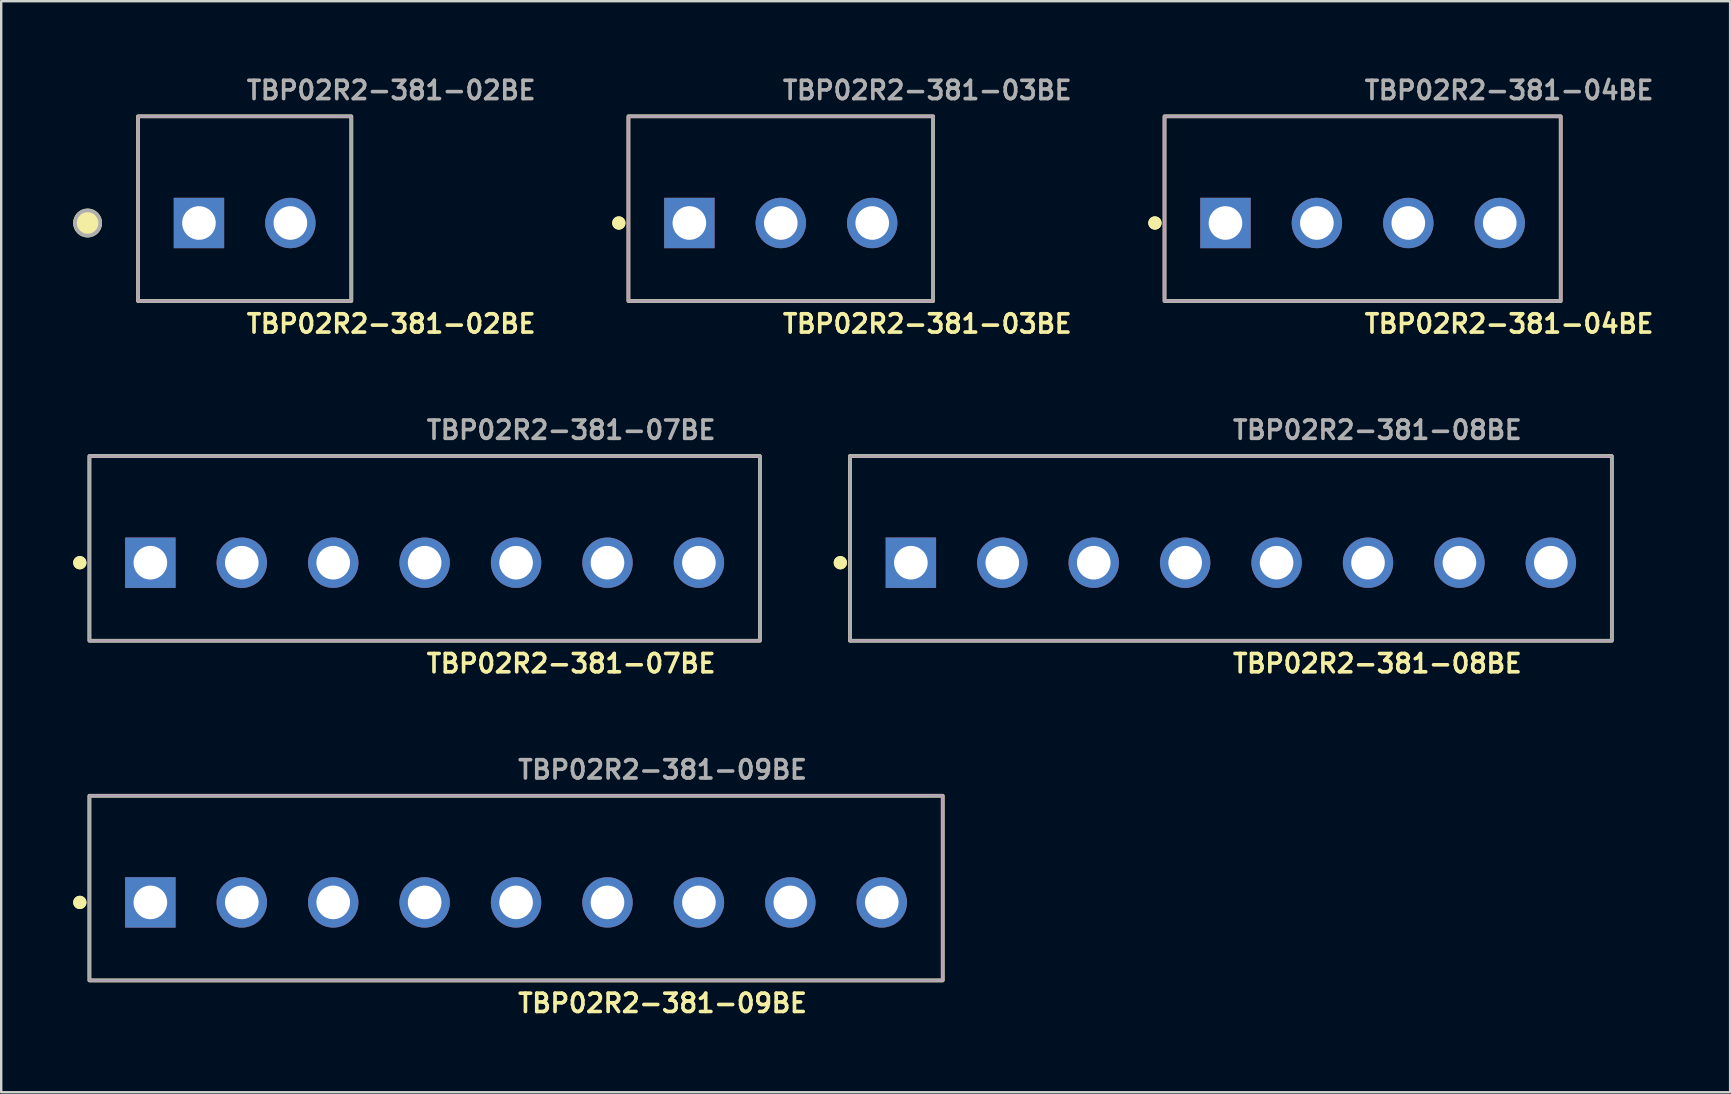
<source format=kicad_pcb>
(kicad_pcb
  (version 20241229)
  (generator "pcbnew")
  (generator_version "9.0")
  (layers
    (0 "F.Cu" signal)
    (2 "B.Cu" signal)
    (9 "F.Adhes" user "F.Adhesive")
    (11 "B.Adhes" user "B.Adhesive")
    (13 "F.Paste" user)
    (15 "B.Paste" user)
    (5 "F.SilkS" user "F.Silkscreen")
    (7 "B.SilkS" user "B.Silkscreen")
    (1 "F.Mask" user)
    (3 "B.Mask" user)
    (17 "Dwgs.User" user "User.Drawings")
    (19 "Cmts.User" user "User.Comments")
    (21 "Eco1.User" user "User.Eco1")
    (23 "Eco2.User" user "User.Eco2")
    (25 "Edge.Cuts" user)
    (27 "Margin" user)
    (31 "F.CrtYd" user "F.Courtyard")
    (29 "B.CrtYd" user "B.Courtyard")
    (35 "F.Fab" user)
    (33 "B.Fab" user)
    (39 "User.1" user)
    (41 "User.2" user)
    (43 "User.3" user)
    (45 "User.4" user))
  (footprint "TBP02R2-381-08BE"
    (layer "F.Cu")
    (at 48.244 20.4)
    (property "Reference" "TBP02R2-381-08BE" (at 0 4.2 0) (unlocked yes) (layer "F.SilkS") (effects (font (size 0.762 0.762) (thickness 0.152)) (justify left)))
    (fp_rect (start -15.875 3.251) (end 15.875 -4.445) (stroke (width 0.152) (type solid)) (fill no) (layer "F.SilkS"))
    (fp_circle (center -16.275 0) (end -16.475 0) (stroke (width 0.152) (type solid)) (fill yes) (layer "F.SilkS"))
    (fp_circle (center -16.275 0) (end -16.475 0) (stroke (width 0.152) (type solid)) (fill yes) (layer "F.SilkS"))
    (fp_rect (start -15.875 3.251) (end 15.875 -4.445) (stroke (width 0.006) (type solid)) (fill no) (layer "F.CrtYd"))
    (fp_rect (start -15.875 3.251) (end 15.875 -4.445) (stroke (width 0.152) (type solid)) (fill no) (layer "F.Fab"))
    (fp_text user "${REFERENCE}" (at 0 -5.53 0) (unlocked yes) (layer "F.Fab") (effects (font (size 0.762 0.762) (thickness 0.152)) (justify left)))
    (pad "1" thru_hole rect (at -13.335 0) (size 2.1 2.1) (drill 1.4) (layers "*.Cu" "*.Mask"))
    (pad "2" thru_hole circle (at -9.525 0) (size 2.1 2.1) (drill 1.4) (layers "*.Cu" "*.Mask"))
    (pad "3" thru_hole circle (at -5.715 0) (size 2.1 2.1) (drill 1.4) (layers "*.Cu" "*.Mask"))
    (pad "4" thru_hole circle (at -1.905 0) (size 2.1 2.1) (drill 1.4) (layers "*.Cu" "*.Mask"))
    (pad "5" thru_hole circle (at 1.905 0) (size 2.1 2.1) (drill 1.4) (layers "*.Cu" "*.Mask"))
    (pad "6" thru_hole circle (at 5.715 0) (size 2.1 2.1) (drill 1.4) (layers "*.Cu" "*.Mask"))
    (pad "7" thru_hole circle (at 9.525 0) (size 2.1 2.1) (drill 1.4) (layers "*.Cu" "*.Mask"))
    (pad "8" thru_hole circle (at 13.335 0) (size 2.1 2.1) (drill 1.4) (layers "*.Cu" "*.Mask")))
  (footprint "TBP02R2-381-02BE"
    (layer "F.Cu")
    (at 7.146 6.243)
    (property "Reference" "TBP02R2-381-02BE" (at 0 4.2 0) (unlocked yes) (layer "F.SilkS") (effects (font (size 0.762 0.762) (thickness 0.152)) (justify left)))
    (fp_rect (start -4.445 3.251) (end 4.445 -4.445) (stroke (width 0.152) (type solid)) (fill no) (layer "F.SilkS"))
    (fp_circle (center -6.545 0) (end -7.07 0) (stroke (width 0.152) (type solid)) (fill yes) (layer "F.SilkS"))
    (fp_rect (start -4.445 3.251) (end 4.445 -4.445) (stroke (width 0.006) (type solid)) (fill no) (layer "F.CrtYd"))
    (fp_rect (start -4.445 3.251) (end 4.445 -4.445) (stroke (width 0.152) (type solid)) (fill no) (layer "F.Fab"))
    (fp_circle (center -6.545 0) (end -7.07 0) (stroke (width 0.152) (type solid)) (fill no) (layer "F.Fab"))
    (fp_text user "${REFERENCE}" (at 0 -5.53 0) (unlocked yes) (layer "F.Fab") (effects (font (size 0.762 0.762) (thickness 0.152)) (justify left)))
    (pad "1" thru_hole rect (at -1.905 0) (size 2.1 2.1) (drill 1.4) (layers "*.Cu" "*.Mask"))
    (pad "2" thru_hole circle (at 1.905 0) (size 2.1 2.1) (drill 1.4) (layers "*.Cu" "*.Mask")))
  (footprint "TBP02R2-381-09BE"
    (layer "F.Cu")
    (at 18.456 34.556)
    (property "Reference" "TBP02R2-381-09BE" (at 0 4.2 0) (unlocked yes) (layer "F.SilkS") (effects (font (size 0.762 0.762) (thickness 0.152)) (justify left)))
    (fp_rect (start -17.78 3.251) (end 17.78 -4.445) (stroke (width 0.152) (type solid)) (fill no) (layer "F.SilkS"))
    (fp_circle (center -18.18 0) (end -18.38 0) (stroke (width 0.152) (type solid)) (fill yes) (layer "F.SilkS"))
    (fp_circle (center -18.18 0) (end -18.38 0) (stroke (width 0.152) (type solid)) (fill yes) (layer "F.SilkS"))
    (fp_rect (start -17.78 3.251) (end 17.78 -4.445) (stroke (width 0.006) (type solid)) (fill no) (layer "F.CrtYd"))
    (fp_rect (start -17.78 3.251) (end 17.78 -4.445) (stroke (width 0.152) (type solid)) (fill no) (layer "F.Fab"))
    (fp_text user "${REFERENCE}" (at 0 -5.53 0) (unlocked yes) (layer "F.Fab") (effects (font (size 0.762 0.762) (thickness 0.152)) (justify left)))
    (pad "1" thru_hole rect (at -15.24 0) (size 2.1 2.1) (drill 1.4) (layers "*.Cu" "*.Mask"))
    (pad "2" thru_hole circle (at -11.43 0) (size 2.1 2.1) (drill 1.4) (layers "*.Cu" "*.Mask"))
    (pad "3" thru_hole circle (at -7.62 0) (size 2.1 2.1) (drill 1.4) (layers "*.Cu" "*.Mask"))
    (pad "4" thru_hole circle (at -3.81 0) (size 2.1 2.1) (drill 1.4) (layers "*.Cu" "*.Mask"))
    (pad "5" thru_hole circle (at 0 0) (size 2.1 2.1) (drill 1.4) (layers "*.Cu" "*.Mask"))
    (pad "6" thru_hole circle (at 3.81 0) (size 2.1 2.1) (drill 1.4) (layers "*.Cu" "*.Mask"))
    (pad "7" thru_hole circle (at 7.62 0) (size 2.1 2.1) (drill 1.4) (layers "*.Cu" "*.Mask"))
    (pad "8" thru_hole circle (at 11.43 0) (size 2.1 2.1) (drill 1.4) (layers "*.Cu" "*.Mask"))
    (pad "9" thru_hole circle (at 15.24 0) (size 2.1 2.1) (drill 1.4) (layers "*.Cu" "*.Mask")))
  (footprint "TBP02R2-381-03BE"
    (layer "F.Cu")
    (at 29.488 6.243)
    (property "Reference" "TBP02R2-381-03BE" (at 0 4.2 0) (unlocked yes) (layer "F.SilkS") (effects (font (size 0.762 0.762) (thickness 0.152)) (justify left)))
    (fp_rect (start -6.35 3.251) (end 6.35 -4.445) (stroke (width 0.152) (type solid)) (fill no) (layer "F.SilkS"))
    (fp_circle (center -6.75 0) (end -6.95 0) (stroke (width 0.152) (type solid)) (fill yes) (layer "F.SilkS"))
    (fp_circle (center -6.75 0) (end -6.95 0) (stroke (width 0.152) (type solid)) (fill yes) (layer "F.SilkS"))
    (fp_rect (start -6.35 3.251) (end 6.35 -4.445) (stroke (width 0.006) (type solid)) (fill no) (layer "F.CrtYd"))
    (fp_rect (start -6.35 3.251) (end 6.35 -4.445) (stroke (width 0.152) (type solid)) (fill no) (layer "F.Fab"))
    (fp_text user "${REFERENCE}" (at 0 -5.53 0) (unlocked yes) (layer "F.Fab") (effects (font (size 0.762 0.762) (thickness 0.152)) (justify left)))
    (pad "1" thru_hole rect (at -3.81 0) (size 2.1 2.1) (drill 1.4) (layers "*.Cu" "*.Mask"))
    (pad "2" thru_hole circle (at 0 0) (size 2.1 2.1) (drill 1.4) (layers "*.Cu" "*.Mask"))
    (pad "3" thru_hole circle (at 3.81 0) (size 2.1 2.1) (drill 1.4) (layers "*.Cu" "*.Mask")))
  (footprint "TBP02R2-381-07BE"
    (layer "F.Cu")
    (at 14.646 20.4)
    (property "Reference" "TBP02R2-381-07BE" (at 0 4.2 0) (unlocked yes) (layer "F.SilkS") (effects (font (size 0.762 0.762) (thickness 0.152)) (justify left)))
    (fp_rect (start -13.97 3.251) (end 13.97 -4.445) (stroke (width 0.152) (type solid)) (fill no) (layer "F.SilkS"))
    (fp_circle (center -14.37 0) (end -14.57 0) (stroke (width 0.152) (type solid)) (fill yes) (layer "F.SilkS"))
    (fp_circle (center -14.37 0) (end -14.57 0) (stroke (width 0.152) (type solid)) (fill yes) (layer "F.SilkS"))
    (fp_rect (start -13.97 3.251) (end 13.97 -4.445) (stroke (width 0.006) (type solid)) (fill no) (layer "F.CrtYd"))
    (fp_rect (start -13.97 3.251) (end 13.97 -4.445) (stroke (width 0.152) (type solid)) (fill no) (layer "F.Fab"))
    (fp_text user "${REFERENCE}" (at 0 -5.53 0) (unlocked yes) (layer "F.Fab") (effects (font (size 0.762 0.762) (thickness 0.152)) (justify left)))
    (pad "1" thru_hole rect (at -11.43 0) (size 2.1 2.1) (drill 1.4) (layers "*.Cu" "*.Mask"))
    (pad "2" thru_hole circle (at -7.62 0) (size 2.1 2.1) (drill 1.4) (layers "*.Cu" "*.Mask"))
    (pad "3" thru_hole circle (at -3.81 0) (size 2.1 2.1) (drill 1.4) (layers "*.Cu" "*.Mask"))
    (pad "4" thru_hole circle (at 0 0) (size 2.1 2.1) (drill 1.4) (layers "*.Cu" "*.Mask"))
    (pad "5" thru_hole circle (at 3.81 0) (size 2.1 2.1) (drill 1.4) (layers "*.Cu" "*.Mask"))
    (pad "6" thru_hole circle (at 7.62 0) (size 2.1 2.1) (drill 1.4) (layers "*.Cu" "*.Mask"))
    (pad "7" thru_hole circle (at 11.43 0) (size 2.1 2.1) (drill 1.4) (layers "*.Cu" "*.Mask")))
  (footprint "TBP02R2-381-04BE"
    (layer "F.Cu")
    (at 53.734 6.243)
    (property "Reference" "TBP02R2-381-04BE" (at 0 4.2 0) (unlocked yes) (layer "F.SilkS") (effects (font (size 0.762 0.762) (thickness 0.152)) (justify left)))
    (fp_rect (start -8.255 3.251) (end 8.255 -4.445) (stroke (width 0.152) (type solid)) (fill no) (layer "F.SilkS"))
    (fp_circle (center -8.655 0) (end -8.855 0) (stroke (width 0.152) (type solid)) (fill yes) (layer "F.SilkS"))
    (fp_circle (center -8.655 0) (end -8.855 0) (stroke (width 0.152) (type solid)) (fill yes) (layer "F.SilkS"))
    (fp_rect (start -8.255 3.251) (end 8.255 -4.445) (stroke (width 0.006) (type solid)) (fill no) (layer "F.CrtYd"))
    (fp_rect (start -8.255 3.251) (end 8.255 -4.445) (stroke (width 0.152) (type solid)) (fill no) (layer "F.Fab"))
    (fp_text user "${REFERENCE}" (at 0 -5.53 0) (unlocked yes) (layer "F.Fab") (effects (font (size 0.762 0.762) (thickness 0.152)) (justify left)))
    (pad "1" thru_hole rect (at -5.715 0) (size 2.1 2.1) (drill 1.4) (layers "*.Cu" "*.Mask"))
    (pad "2" thru_hole circle (at -1.905 0) (size 2.1 2.1) (drill 1.4) (layers "*.Cu" "*.Mask"))
    (pad "3" thru_hole circle (at 1.905 0) (size 2.1 2.1) (drill 1.4) (layers "*.Cu" "*.Mask"))
    (pad "4" thru_hole circle (at 5.715 0) (size 2.1 2.1) (drill 1.4) (layers "*.Cu" "*.Mask")))
  (gr_rect
    (start -3 -3)
    (end 69.05 42.469)
    (stroke (width 0.1) (type default))
    (fill no)
    (layer "Edge.Cuts")))
</source>
